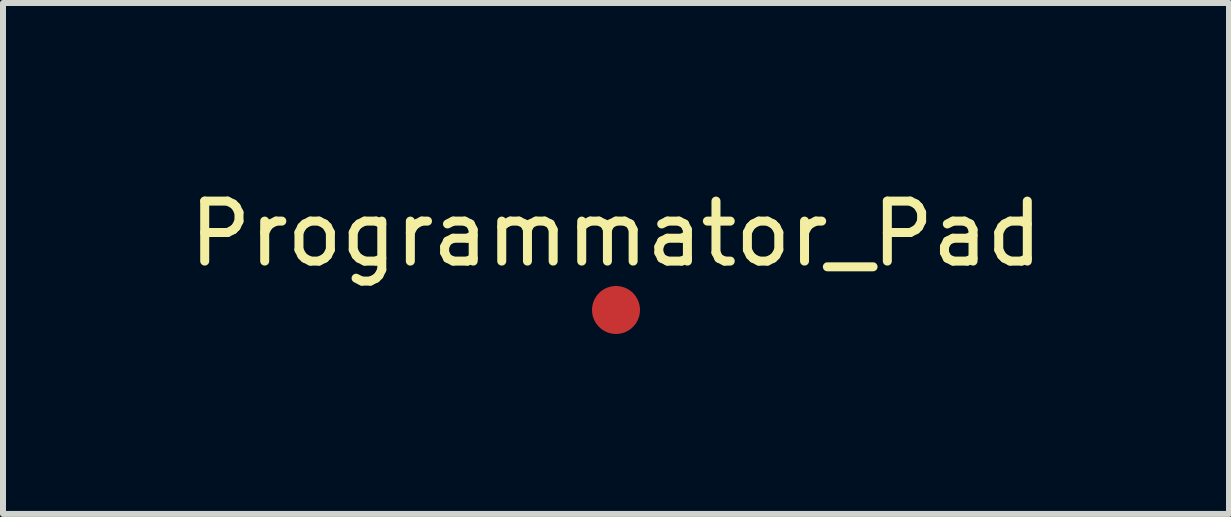
<source format=kicad_pcb>
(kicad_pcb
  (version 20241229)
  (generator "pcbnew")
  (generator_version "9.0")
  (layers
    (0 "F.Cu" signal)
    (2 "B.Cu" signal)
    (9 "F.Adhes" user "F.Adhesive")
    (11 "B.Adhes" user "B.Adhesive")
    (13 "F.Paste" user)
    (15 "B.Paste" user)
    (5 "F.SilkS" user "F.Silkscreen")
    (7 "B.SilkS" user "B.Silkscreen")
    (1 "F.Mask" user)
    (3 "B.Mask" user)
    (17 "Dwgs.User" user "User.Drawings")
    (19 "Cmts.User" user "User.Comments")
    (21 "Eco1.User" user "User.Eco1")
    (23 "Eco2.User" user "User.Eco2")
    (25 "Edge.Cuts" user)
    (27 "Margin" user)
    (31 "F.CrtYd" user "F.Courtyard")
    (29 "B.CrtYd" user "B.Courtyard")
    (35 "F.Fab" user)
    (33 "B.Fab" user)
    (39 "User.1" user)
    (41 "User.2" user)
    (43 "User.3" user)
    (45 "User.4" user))
  (footprint "Programmator_Pad"
    (layer "F.Cu")
    (at 7.22 2.118)
    (property "Reference" "Programmator_Pad" (at 0 -1.27 0) (unlocked yes) (layer "F.SilkS") (effects (font (size 1 1) (thickness 0.15))))
    (attr smd)
    (pad "1" smd circle (at 0 0) (size 0.8 0.8) (layers "F.Cu" "F.Mask" "F.Paste")))
  (gr_rect
    (start -3 -3)
    (end 17.44 5.518)
    (stroke (width 0.1) (type default))
    (fill no)
    (layer "Edge.Cuts")))
</source>
